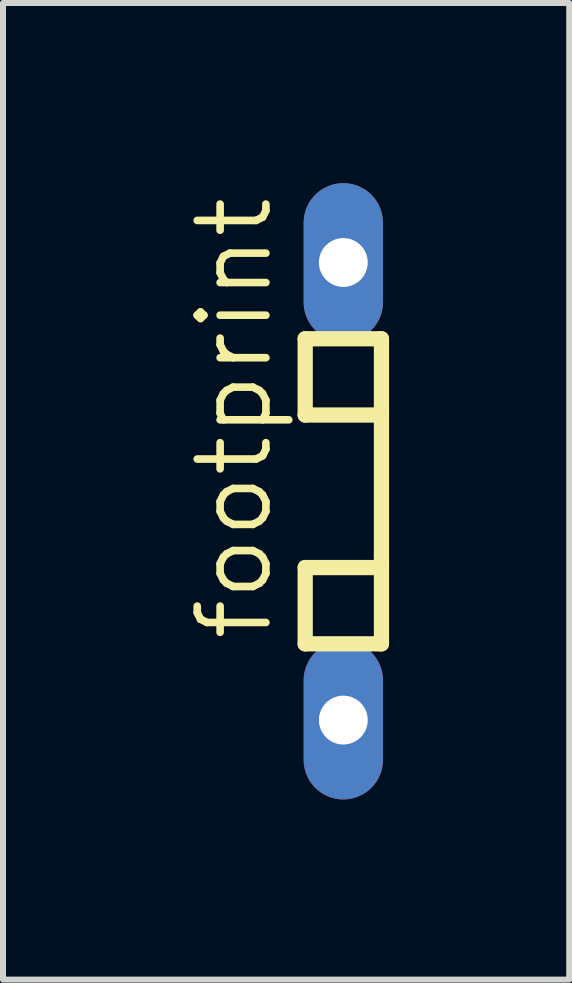
<source format=kicad_pcb>
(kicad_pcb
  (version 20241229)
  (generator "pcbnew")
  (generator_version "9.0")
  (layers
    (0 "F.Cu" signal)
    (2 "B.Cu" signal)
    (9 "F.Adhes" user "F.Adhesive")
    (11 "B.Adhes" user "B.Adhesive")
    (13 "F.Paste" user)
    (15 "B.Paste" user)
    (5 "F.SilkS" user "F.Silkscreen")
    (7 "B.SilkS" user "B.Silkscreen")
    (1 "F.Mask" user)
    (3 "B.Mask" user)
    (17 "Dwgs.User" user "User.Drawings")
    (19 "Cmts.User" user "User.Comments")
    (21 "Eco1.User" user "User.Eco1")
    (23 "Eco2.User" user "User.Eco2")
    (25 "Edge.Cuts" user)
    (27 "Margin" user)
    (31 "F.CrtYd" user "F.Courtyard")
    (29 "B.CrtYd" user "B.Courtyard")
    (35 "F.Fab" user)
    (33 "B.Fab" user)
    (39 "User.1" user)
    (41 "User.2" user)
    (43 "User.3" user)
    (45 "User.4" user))
  (footprint "footprint"
    (layer "F.Cu")
    (at 2.667 5.131)
    (property "Reference" "footprint" (at -1.143 2.54 90) (layer "F.SilkS") (effects (font (size 1.143 1.143) (thickness 0.127)) (justify left bottom)))
    (fp_line (start -0.635 -2.54) (end -0.635 -1.27) (stroke (width 0.254) (type solid)) (layer "F.SilkS"))
    (fp_line (start -0.635 -1.27) (end 0.635 -1.27) (stroke (width 0.254) (type solid)) (layer "F.SilkS"))
    (fp_line (start -0.635 1.27) (end -0.635 2.54) (stroke (width 0.254) (type solid)) (layer "F.SilkS"))
    (fp_line (start -0.635 2.54) (end 0.635 2.54) (stroke (width 0.254) (type solid)) (layer "F.SilkS"))
    (fp_line (start 0.635 -2.54) (end -0.635 -2.54) (stroke (width 0.254) (type solid)) (layer "F.SilkS"))
    (fp_line (start 0.635 -1.27) (end 0.635 -2.54) (stroke (width 0.254) (type solid)) (layer "F.SilkS"))
    (fp_line (start 0.635 1.27) (end -0.635 1.27) (stroke (width 0.254) (type solid)) (layer "F.SilkS"))
    (fp_line (start 0.635 1.27) (end 0.635 -1.27) (stroke (width 0.254) (type solid)) (layer "F.SilkS"))
    (fp_line (start 0.635 2.54) (end 0.635 1.27) (stroke (width 0.254) (type solid)) (layer "F.SilkS"))
    (pad "1" thru_hole oval (at 0 3.81 90) (size 2.642 1.321) (drill 0.813) (layers "*.Cu" "*.Mask"))
    (pad "2" thru_hole oval (at 0 -3.81 90) (size 2.642 1.321) (drill 0.813) (layers "*.Cu" "*.Mask")))
  (gr_rect
    (start -3 -3)
    (end 6.429 13.262)
    (stroke (width 0.1) (type default))
    (fill no)
    (layer "Edge.Cuts")))
</source>
